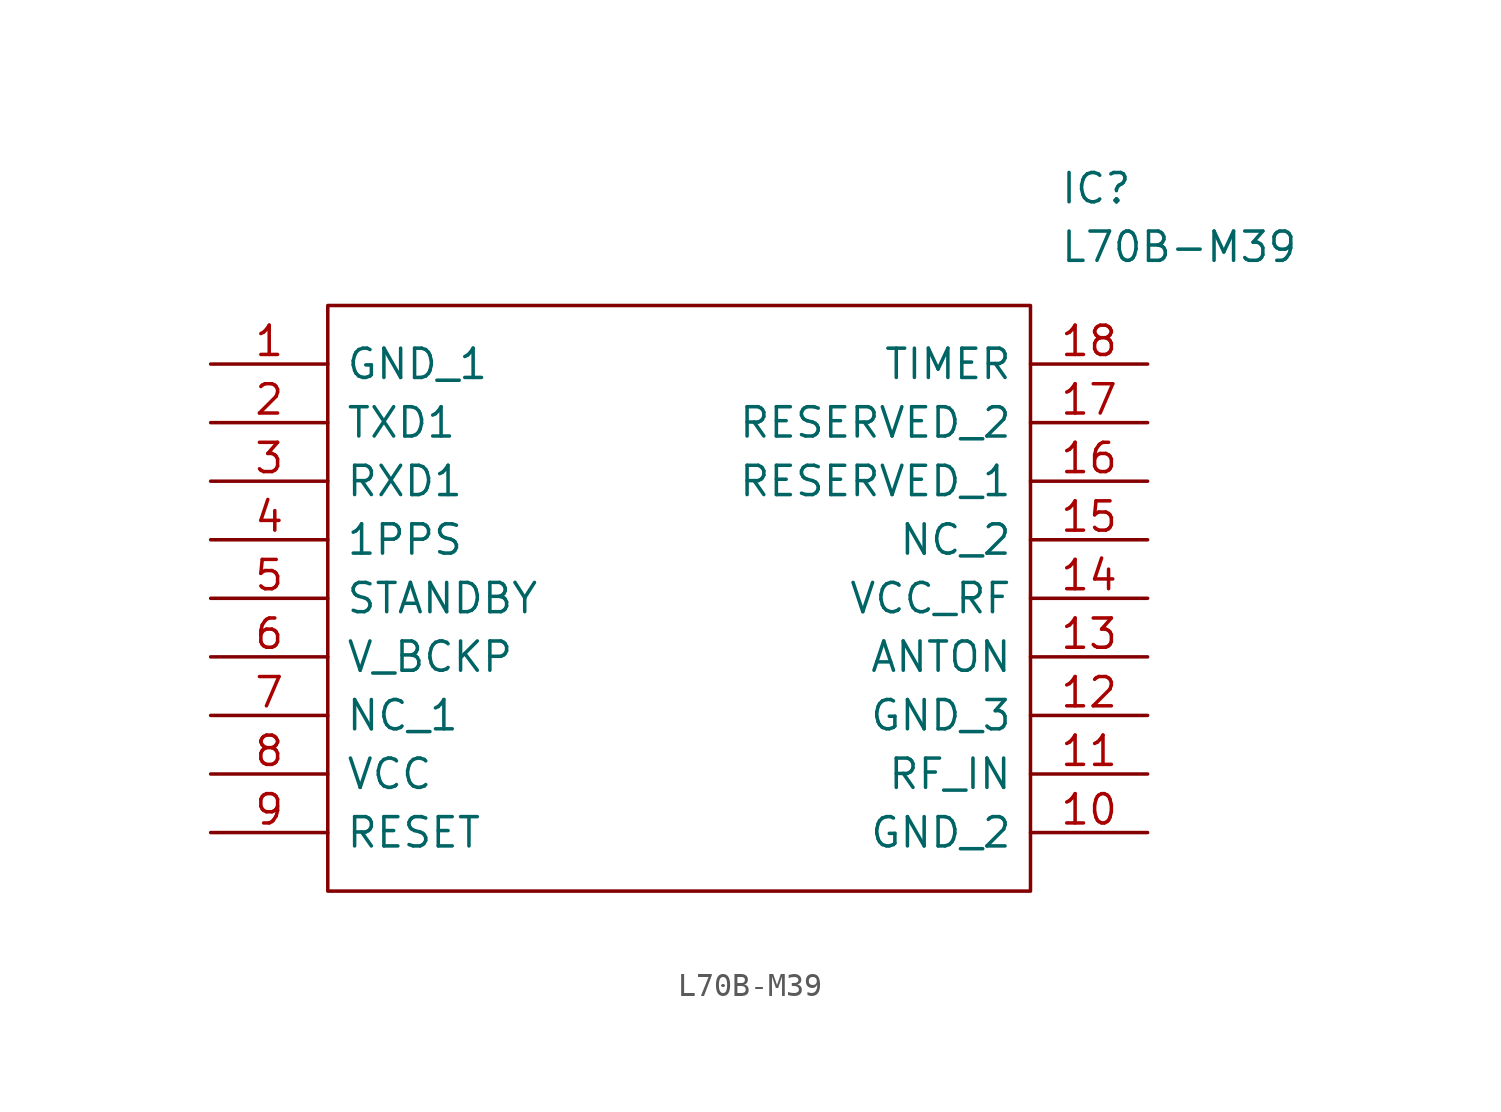
<source format=kicad_sym>
(kicad_symbol_lib
  (version 20211014)
  (generator kicad_symbol_editor)
  (symbol "L70B-M39"
    (pin_names
      (offset 0.762))
    (property "Reference" "IC"
      (at 36.83 7.62 0)
      (effects (font (size 1.27 1.27)) (justify left)))
    (property "Value" "L70B-M39"
      (at 36.83 5.08 0)
      (effects (font (size 1.27 1.27)) (justify left)))
    (symbol "L70B-M39_0_0"
      (pin passive line (at 0 0 0) (length 5.08) (name "GND_1" (effects (font (size 1.27 1.27)))) (number "1" (effects (font (size 1.27 1.27)))))
      (pin passive line (at 40.64 -20.32 180) (length 5.08) (name "GND_2" (effects (font (size 1.27 1.27)))) (number "10" (effects (font (size 1.27 1.27)))))
      (pin passive line (at 40.64 -17.78 180) (length 5.08) (name "RF_IN" (effects (font (size 1.27 1.27)))) (number "11" (effects (font (size 1.27 1.27)))))
      (pin passive line (at 40.64 -15.24 180) (length 5.08) (name "GND_3" (effects (font (size 1.27 1.27)))) (number "12" (effects (font (size 1.27 1.27)))))
      (pin passive line (at 40.64 -12.7 180) (length 5.08) (name "ANTON" (effects (font (size 1.27 1.27)))) (number "13" (effects (font (size 1.27 1.27)))))
      (pin passive line (at 40.64 -10.16 180) (length 5.08) (name "VCC_RF" (effects (font (size 1.27 1.27)))) (number "14" (effects (font (size 1.27 1.27)))))
      (pin passive line (at 40.64 -7.62 180) (length 5.08) (name "NC_2" (effects (font (size 1.27 1.27)))) (number "15" (effects (font (size 1.27 1.27)))))
      (pin passive line (at 40.64 -5.08 180) (length 5.08) (name "RESERVED_1" (effects (font (size 1.27 1.27)))) (number "16" (effects (font (size 1.27 1.27)))))
      (pin passive line (at 40.64 -2.54 180) (length 5.08) (name "RESERVED_2" (effects (font (size 1.27 1.27)))) (number "17" (effects (font (size 1.27 1.27)))))
      (pin passive line (at 40.64 0 180) (length 5.08) (name "TIMER" (effects (font (size 1.27 1.27)))) (number "18" (effects (font (size 1.27 1.27)))))
      (pin passive line (at 0 -2.54 0) (length 5.08) (name "TXD1" (effects (font (size 1.27 1.27)))) (number "2" (effects (font (size 1.27 1.27)))))
      (pin passive line (at 0 -5.08 0) (length 5.08) (name "RXD1" (effects (font (size 1.27 1.27)))) (number "3" (effects (font (size 1.27 1.27)))))
      (pin passive line (at 0 -7.62 0) (length 5.08) (name "1PPS" (effects (font (size 1.27 1.27)))) (number "4" (effects (font (size 1.27 1.27)))))
      (pin passive line (at 0 -10.16 0) (length 5.08) (name "STANDBY" (effects (font (size 1.27 1.27)))) (number "5" (effects (font (size 1.27 1.27)))))
      (pin passive line (at 0 -12.7 0) (length 5.08) (name "V_BCKP" (effects (font (size 1.27 1.27)))) (number "6" (effects (font (size 1.27 1.27)))))
      (pin passive line (at 0 -15.24 0) (length 5.08) (name "NC_1" (effects (font (size 1.27 1.27)))) (number "7" (effects (font (size 1.27 1.27)))))
      (pin passive line (at 0 -17.78 0) (length 5.08) (name "VCC" (effects (font (size 1.27 1.27)))) (number "8" (effects (font (size 1.27 1.27)))))
      (pin passive line (at 0 -20.32 0) (length 5.08) (name "RESET" (effects (font (size 1.27 1.27)))) (number "9" (effects (font (size 1.27 1.27))))))
    (symbol "L70B-M39_0_1"
      (polyline (pts (xy 5.08 2.54) (xy 35.56 2.54) (xy 35.56 -22.86) (xy 5.08 -22.86) (xy 5.08 2.54)) (stroke (width 0.152) (type default) (color 0 0 0 0)) (fill (type none))))))
</source>
